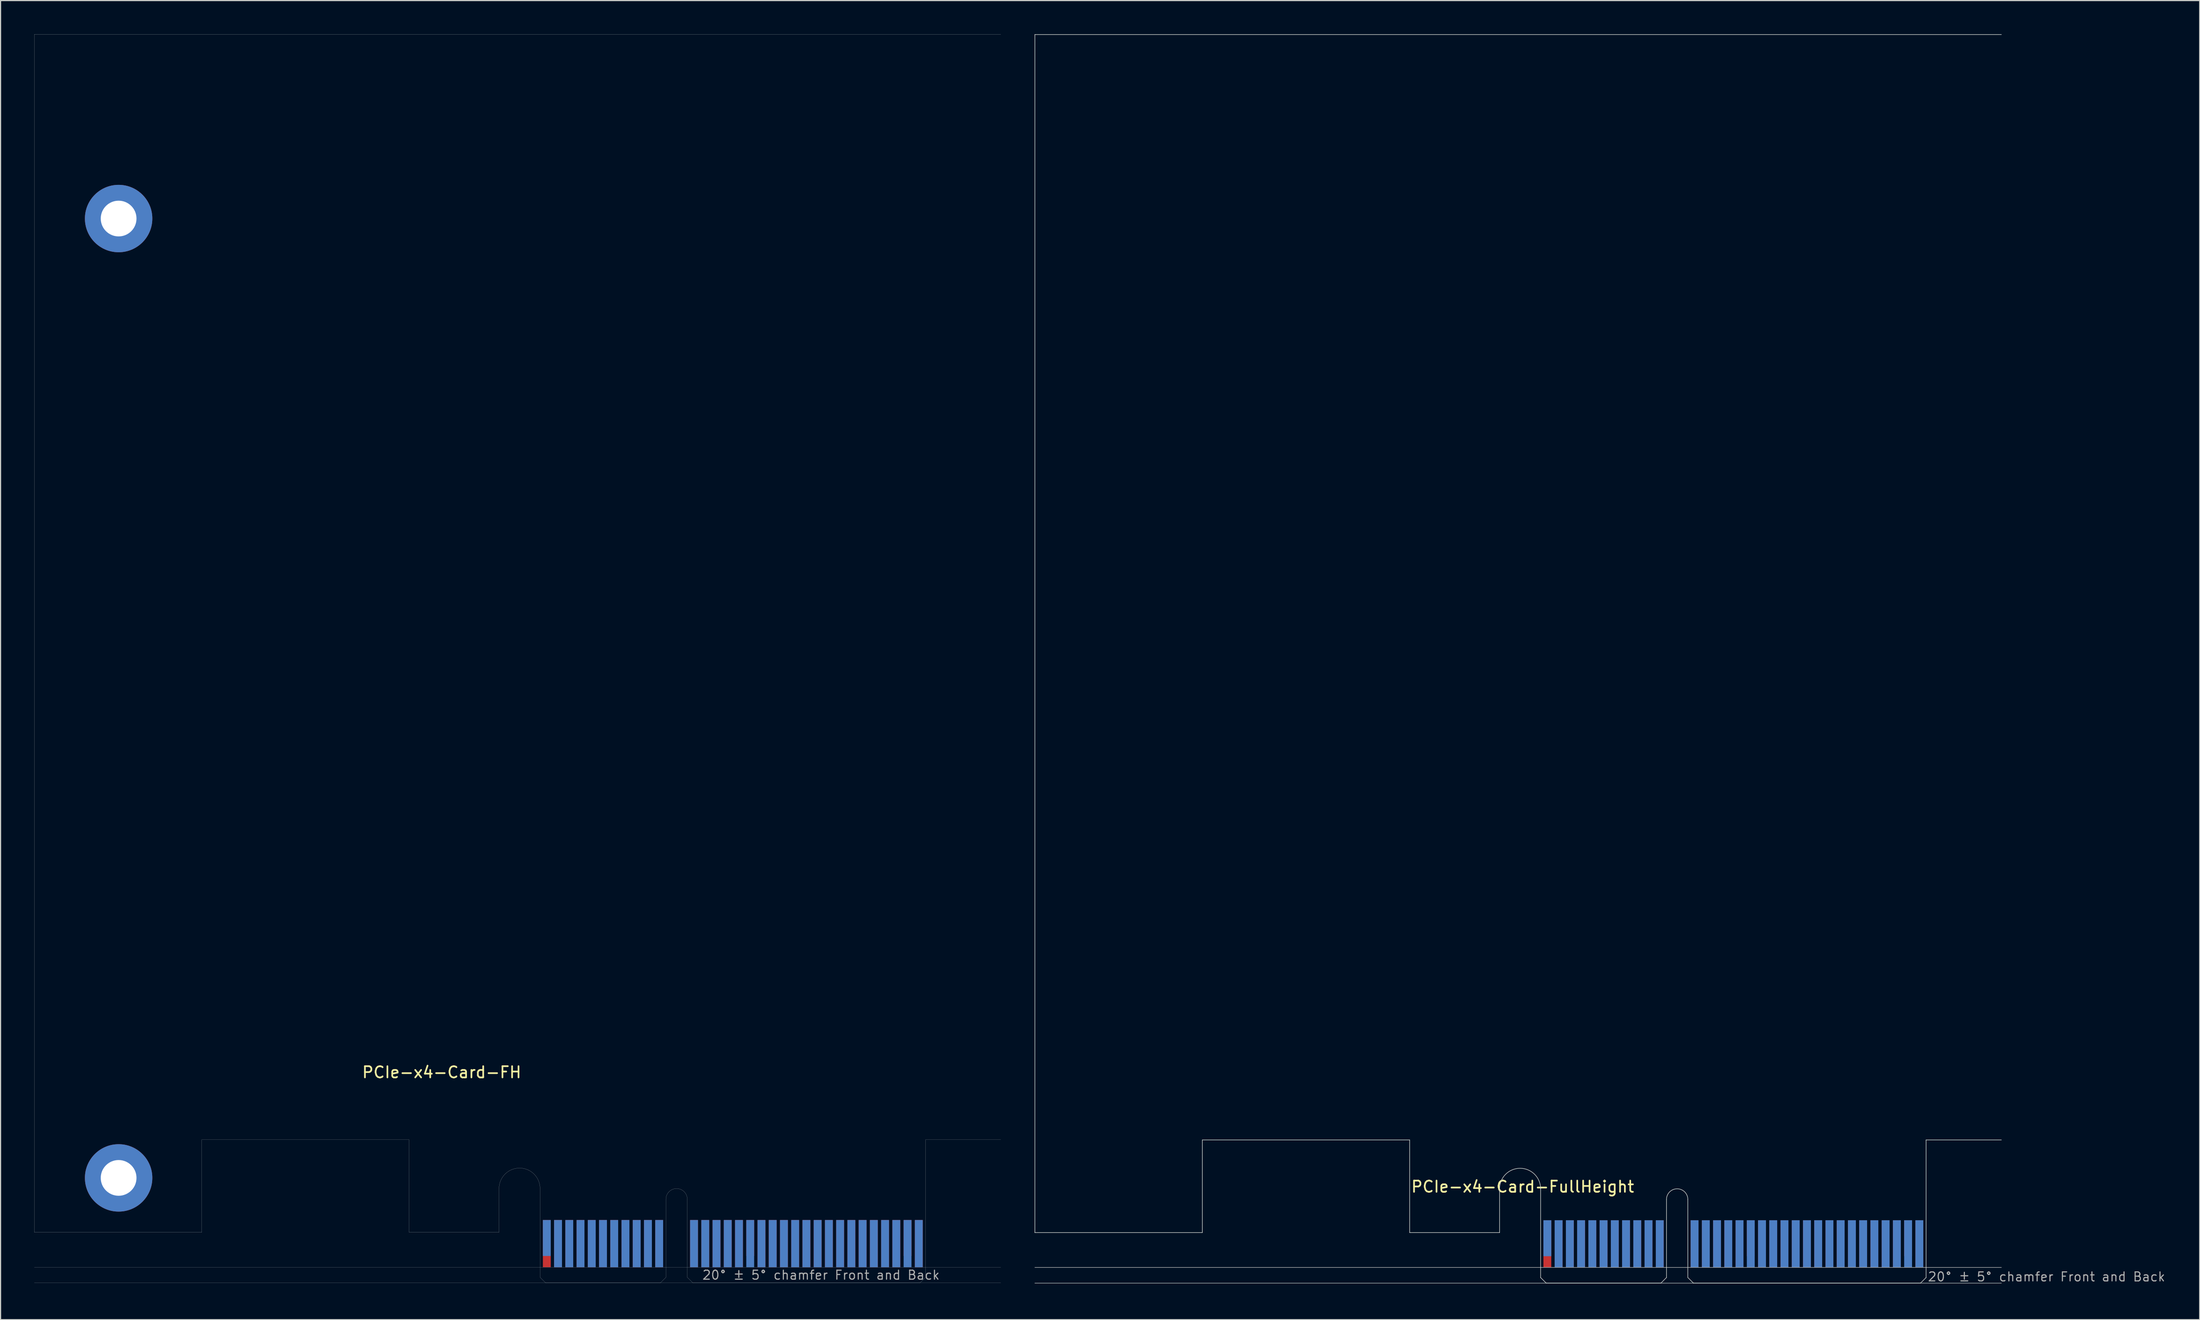
<source format=kicad_pcb>
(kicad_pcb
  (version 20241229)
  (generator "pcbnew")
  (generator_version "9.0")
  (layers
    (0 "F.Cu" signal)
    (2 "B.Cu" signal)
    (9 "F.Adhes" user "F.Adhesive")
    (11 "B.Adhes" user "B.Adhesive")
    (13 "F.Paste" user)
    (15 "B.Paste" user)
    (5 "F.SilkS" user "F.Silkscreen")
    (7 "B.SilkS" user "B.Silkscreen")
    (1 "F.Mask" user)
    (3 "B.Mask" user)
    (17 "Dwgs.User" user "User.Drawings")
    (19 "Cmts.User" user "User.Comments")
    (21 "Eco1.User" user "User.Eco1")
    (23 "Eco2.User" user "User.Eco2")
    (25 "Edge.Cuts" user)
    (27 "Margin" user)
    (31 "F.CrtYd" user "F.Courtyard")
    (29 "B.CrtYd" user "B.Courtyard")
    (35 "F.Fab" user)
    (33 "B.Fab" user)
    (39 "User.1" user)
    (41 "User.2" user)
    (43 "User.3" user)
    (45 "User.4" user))
  (footprint "PCIe-x4-Card-FullHeight"
    (layer "F.Cu")
    (at 134.035 111.175)
    (property "Reference" "PCIe-x4-Card-FullHeight" (at -11.6 -8 0) (layer "F.SilkS") (effects (font (size 1 1) (thickness 0.15)) (justify left bottom)))
    (attr exclude_from_pos_files exclude_from_bom)
    (fp_poly (pts (xy -3.65 -4.5) (xy -11.65 -4.5) (xy -11.65 -7.95) (xy -3.65 -7.95)) (stroke (width 0.1) (type solid)) (fill yes) (layer "F.Mask"))
    (fp_poly (pts (xy 11.2 -5.45) (xy 0 -5.45) (xy 0 0) (xy 11.2 0)) (stroke (width 0.1) (type solid)) (fill yes) (layer "F.Mask"))
    (fp_poly (pts (xy 34.3 -5.45) (xy 13.1 -5.45) (xy 13.1 0) (xy 34.3 0)) (stroke (width 0.1) (type solid)) (fill yes) (layer "F.Mask"))
    (fp_poly (pts (xy -3.65 -7.95) (xy -11.65 -7.95) (xy -11.65 -4.5) (xy -3.65 -4.5)) (stroke (width 0.1) (type solid)) (fill yes) (layer "B.Mask"))
    (fp_poly (pts (xy 11.2 0) (xy 0 0) (xy 0 -5.45) (xy 11.2 -5.45)) (stroke (width 0.1) (type solid)) (fill yes) (layer "B.Mask"))
    (fp_poly (pts (xy 34.3 -5.5) (xy 13.1 -5.45) (xy 13.1 0) (xy 34.3 0)) (stroke (width 0.1) (type solid)) (fill yes) (layer "B.Mask"))
    (fp_line (start -45 -111.15) (end 41 -111.15) (stroke (width 0.05) (type solid)) (layer "Edge.Cuts"))
    (fp_line (start -45 -4.5) (end -45 -111.15) (stroke (width 0.05) (type solid)) (layer "Edge.Cuts"))
    (fp_line (start -30.1 -12.75) (end -30.1 -4.5) (stroke (width 0.05) (type solid)) (layer "Edge.Cuts"))
    (fp_line (start -30.1 -4.5) (end -45 -4.5) (stroke (width 0.05) (type solid)) (layer "Edge.Cuts"))
    (fp_line (start -11.65 -12.75) (end -30.1 -12.75) (stroke (width 0.05) (type solid)) (layer "Edge.Cuts"))
    (fp_line (start -11.65 -4.5) (end -11.65 -12.75) (stroke (width 0.05) (type solid)) (layer "Edge.Cuts"))
    (fp_line (start -3.65 -4.5) (end -11.65 -4.5) (stroke (width 0.05) (type solid)) (layer "Edge.Cuts"))
    (fp_line (start -3.65 -4.5) (end -3.65 -8.4) (stroke (width 0.05) (type solid)) (layer "Edge.Cuts"))
    (fp_line (start 0 -0.5) (end 0 -8.4) (stroke (width 0.05) (type solid)) (layer "Edge.Cuts"))
    (fp_line (start 0.5 0) (end 0 -0.5) (stroke (width 0.05) (type solid)) (layer "Edge.Cuts"))
    (fp_line (start 0.5 0) (end 10.7 0) (stroke (width 0.05) (type solid)) (layer "Edge.Cuts"))
    (fp_line (start 10.7 0) (end 11.2 -0.5) (stroke (width 0.05) (type solid)) (layer "Edge.Cuts"))
    (fp_line (start 11.2 -0.5) (end 11.2 -7.45) (stroke (width 0.05) (type solid)) (layer "Edge.Cuts"))
    (fp_line (start 13.1 -0.5) (end 13.1 -7.45) (stroke (width 0.05) (type solid)) (layer "Edge.Cuts"))
    (fp_line (start 13.6 0) (end 13.1 -0.5) (stroke (width 0.05) (type solid)) (layer "Edge.Cuts"))
    (fp_line (start 33.8 0) (end 13.6 0) (stroke (width 0.05) (type solid)) (layer "Edge.Cuts"))
    (fp_line (start 33.8 0) (end 34.3 -0.5) (stroke (width 0.05) (type solid)) (layer "Edge.Cuts"))
    (fp_line (start 34.3 -12.75) (end 41 -12.75) (stroke (width 0.05) (type solid)) (layer "Edge.Cuts"))
    (fp_line (start 34.3 -0.5) (end 34.3 -12.75) (stroke (width 0.05) (type solid)) (layer "Edge.Cuts"))
    (fp_arc (start -3.65 -8.4) (mid -1.825 -10.225) (end 0 -8.4) (stroke (width 0.05) (type solid)) (layer "Edge.Cuts"))
    (fp_arc (start 11.2 -7.45) (mid 12.15 -8.4) (end 13.1 -7.45) (stroke (width 0.05) (type solid)) (layer "Edge.Cuts"))
    (fp_line (start 41 -1.4) (end -45 -1.4) (stroke (width 0.05) (type solid)) (layer "F.Fab"))
    (fp_line (start 41 0) (end -45 0) (stroke (width 0.05) (type solid)) (layer "F.Fab"))
    (fp_text user "20° ± 5° chamfer Front and Back" (at 34.4 -0.1 0) (layer "F.Fab") (effects (font (size 0.8 0.8) (thickness 0.1)) (justify left bottom)))
    (pad "A1" smd rect (at 0.6 -4) (size 0.7 3.2) (layers "B.Cu"))
    (pad "A2" smd rect (at 1.6 -3.5) (size 0.7 4.2) (layers "B.Cu"))
    (pad "A3" smd rect (at 2.6 -3.5) (size 0.7 4.2) (layers "B.Cu"))
    (pad "A4" smd rect (at 3.6 -3.5) (size 0.7 4.2) (layers "B.Cu"))
    (pad "A5" smd rect (at 4.6 -3.5) (size 0.7 4.2) (layers "B.Cu"))
    (pad "A6" smd rect (at 5.6 -3.5) (size 0.7 4.2) (layers "B.Cu"))
    (pad "A7" smd rect (at 6.6 -3.5) (size 0.7 4.2) (layers "B.Cu"))
    (pad "A8" smd rect (at 7.6 -3.5) (size 0.7 4.2) (layers "B.Cu"))
    (pad "A9" smd rect (at 8.6 -3.5) (size 0.7 4.2) (layers "B.Cu"))
    (pad "A10" smd rect (at 9.6 -3.5) (size 0.7 4.2) (layers "B.Cu"))
    (pad "A11" smd rect (at 10.6 -3.5) (size 0.7 4.2) (layers "B.Cu"))
    (pad "A12" smd rect (at 13.7 -3.5) (size 0.7 4.2) (layers "B.Cu"))
    (pad "A13" smd rect (at 14.7 -3.5) (size 0.7 4.2) (layers "B.Cu"))
    (pad "A14" smd rect (at 15.7 -3.5) (size 0.7 4.2) (layers "B.Cu"))
    (pad "A15" smd rect (at 16.7 -3.5) (size 0.7 4.2) (layers "B.Cu"))
    (pad "A16" smd rect (at 17.7 -3.5) (size 0.7 4.2) (layers "B.Cu"))
    (pad "A17" smd rect (at 18.7 -3.5) (size 0.7 4.2) (layers "B.Cu"))
    (pad "A18" smd rect (at 19.7 -3.5) (size 0.7 4.2) (layers "B.Cu"))
    (pad "A19" smd rect (at 20.7 -3.5) (size 0.7 4.2) (layers "B.Cu"))
    (pad "A20" smd rect (at 21.7 -3.5) (size 0.7 4.2) (layers "B.Cu"))
    (pad "A21" smd rect (at 22.7 -3.5) (size 0.7 4.2) (layers "B.Cu"))
    (pad "A22" smd rect (at 23.7 -3.5) (size 0.7 4.2) (layers "B.Cu"))
    (pad "A23" smd rect (at 24.7 -3.5) (size 0.7 4.2) (layers "B.Cu"))
    (pad "A24" smd rect (at 25.7 -3.5) (size 0.7 4.2) (layers "B.Cu"))
    (pad "A25" smd rect (at 26.7 -3.5) (size 0.7 4.2) (layers "B.Cu"))
    (pad "A26" smd rect (at 27.7 -3.5) (size 0.7 4.2) (layers "B.Cu"))
    (pad "A27" smd rect (at 28.7 -3.5) (size 0.7 4.2) (layers "B.Cu"))
    (pad "A28" smd rect (at 29.7 -3.5) (size 0.7 4.2) (layers "B.Cu"))
    (pad "A29" smd rect (at 30.7 -3.5) (size 0.7 4.2) (layers "B.Cu"))
    (pad "A30" smd rect (at 31.7 -3.5) (size 0.7 4.2) (layers "B.Cu"))
    (pad "A31" smd rect (at 32.7 -3.5) (size 0.7 4.2) (layers "B.Cu"))
    (pad "A32" smd rect (at 33.7 -3.5) (size 0.7 4.2) (layers "B.Cu"))
    (pad "B1" smd rect (at 0.6 -3.5) (size 0.7 4.2) (layers "F.Cu"))
    (pad "B2" smd rect (at 1.6 -3.5) (size 0.7 4.2) (layers "F.Cu"))
    (pad "B3" smd rect (at 2.6 -3.5) (size 0.7 4.2) (layers "F.Cu"))
    (pad "B4" smd rect (at 3.6 -3.5) (size 0.7 4.2) (layers "F.Cu"))
    (pad "B5" smd rect (at 4.6 -3.5) (size 0.7 4.2) (layers "F.Cu"))
    (pad "B6" smd rect (at 5.6 -3.5) (size 0.7 4.2) (layers "F.Cu"))
    (pad "B7" smd rect (at 6.6 -3.5) (size 0.7 4.2) (layers "F.Cu"))
    (pad "B8" smd rect (at 7.6 -3.5) (size 0.7 4.2) (layers "F.Cu"))
    (pad "B9" smd rect (at 8.6 -3.5) (size 0.7 4.2) (layers "F.Cu"))
    (pad "B10" smd rect (at 9.6 -3.5) (size 0.7 4.2) (layers "F.Cu"))
    (pad "B11" smd rect (at 10.6 -3.5) (size 0.7 4.2) (layers "F.Cu"))
    (pad "B12" smd rect (at 13.7 -3.5) (size 0.7 4.2) (layers "F.Cu"))
    (pad "B13" smd rect (at 14.7 -3.5) (size 0.7 4.2) (layers "F.Cu"))
    (pad "B14" smd rect (at 15.7 -3.5) (size 0.7 4.2) (layers "F.Cu"))
    (pad "B15" smd rect (at 16.7 -3.5) (size 0.7 4.2) (layers "F.Cu"))
    (pad "B16" smd rect (at 17.7 -3.5) (size 0.7 4.2) (layers "F.Cu"))
    (pad "B17" smd rect (at 18.7 -4) (size 0.7 3.2) (layers "F.Cu"))
    (pad "B18" smd rect (at 19.7 -3.5) (size 0.7 4.2) (layers "F.Cu"))
    (pad "B19" smd rect (at 20.7 -3.5) (size 0.7 4.2) (layers "F.Cu"))
    (pad "B20" smd rect (at 21.7 -3.5) (size 0.7 4.2) (layers "F.Cu"))
    (pad "B21" smd rect (at 22.7 -3.5) (size 0.7 4.2) (layers "F.Cu"))
    (pad "B22" smd rect (at 23.7 -3.5) (size 0.7 4.2) (layers "F.Cu"))
    (pad "B23" smd rect (at 24.7 -3.5) (size 0.7 4.2) (layers "F.Cu"))
    (pad "B24" smd rect (at 25.7 -3.5) (size 0.7 4.2) (layers "F.Cu"))
    (pad "B25" smd rect (at 26.7 -3.5) (size 0.7 4.2) (layers "F.Cu"))
    (pad "B26" smd rect (at 27.7 -3.5) (size 0.7 4.2) (layers "F.Cu"))
    (pad "B27" smd rect (at 28.7 -3.5) (size 0.7 4.2) (layers "F.Cu"))
    (pad "B28" smd rect (at 29.7 -3.5) (size 0.7 4.2) (layers "F.Cu"))
    (pad "B29" smd rect (at 30.7 -3.5) (size 0.7 4.2) (layers "F.Cu"))
    (pad "B30" smd rect (at 31.7 -3.5) (size 0.7 4.2) (layers "F.Cu"))
    (pad "B31" smd rect (at 32.7 -4) (size 0.7 3.2) (layers "F.Cu"))
    (pad "B32" smd rect (at 33.7 -3.5) (size 0.7 4.2) (layers "F.Cu")))
  (footprint "PCIe-x4-Card-FH"
    (layer "F.Cu")
    (at 45.005 111.155)
    (property "Reference" "PCIe-x4-Card-FH" (at -8.75 -18.75 0) (layer "F.SilkS") (effects (font (size 1 1) (thickness 0.15))))
    (attr smd)
    (fp_poly (pts (xy -3.65 -4.5) (xy -11.65 -4.5) (xy -11.65 -7.95) (xy -3.65 -7.95)) (stroke (width 0.1) (type solid)) (fill yes) (layer "F.Mask"))
    (fp_poly (pts (xy 11.2 -5.45) (xy 0 -5.45) (xy 0 0) (xy 11.2 0)) (stroke (width 0.1) (type solid)) (fill yes) (layer "F.Mask"))
    (fp_poly (pts (xy 34.3 -5.45) (xy 13.1 -5.45) (xy 13.1 0) (xy 34.3 0)) (stroke (width 0.1) (type solid)) (fill yes) (layer "F.Mask"))
    (fp_poly (pts (xy -3.65 -7.95) (xy -11.65 -7.95) (xy -11.65 -4.5) (xy -3.65 -4.5)) (stroke (width 0.1) (type solid)) (fill yes) (layer "B.Mask"))
    (fp_poly (pts (xy 11.2 0) (xy 0 0) (xy 0 -5.45) (xy 11.2 -5.45)) (stroke (width 0.1) (type solid)) (fill yes) (layer "B.Mask"))
    (fp_poly (pts (xy 34.3 -5.5) (xy 13.1 -5.45) (xy 13.1 0) (xy 34.3 0)) (stroke (width 0.1) (type solid)) (fill yes) (layer "B.Mask"))
    (fp_line (start -45 -111.15) (end 41 -111.15) (stroke (width 0.01) (type solid)) (layer "Edge.Cuts"))
    (fp_line (start -45 -4.5) (end -45 -111.15) (stroke (width 0.01) (type solid)) (layer "Edge.Cuts"))
    (fp_line (start -30.1 -12.75) (end -30.1 -4.5) (stroke (width 0.01) (type solid)) (layer "Edge.Cuts"))
    (fp_line (start -30.1 -4.5) (end -45 -4.5) (stroke (width 0.01) (type solid)) (layer "Edge.Cuts"))
    (fp_line (start -11.65 -12.75) (end -30.1 -12.75) (stroke (width 0.01) (type solid)) (layer "Edge.Cuts"))
    (fp_line (start -11.65 -4.5) (end -11.65 -12.75) (stroke (width 0.01) (type solid)) (layer "Edge.Cuts"))
    (fp_line (start -3.65 -4.5) (end -11.65 -4.5) (stroke (width 0.01) (type solid)) (layer "Edge.Cuts"))
    (fp_line (start -3.65 -4.5) (end -3.65 -8.4) (stroke (width 0.01) (type solid)) (layer "Edge.Cuts"))
    (fp_line (start 0 -0.5) (end 0 -8.4) (stroke (width 0.01) (type solid)) (layer "Edge.Cuts"))
    (fp_line (start 0.5 0) (end 0 -0.5) (stroke (width 0.01) (type solid)) (layer "Edge.Cuts"))
    (fp_line (start 0.5 0) (end 10.7 0) (stroke (width 0.01) (type solid)) (layer "Edge.Cuts"))
    (fp_line (start 10.7 0) (end 11.2 -0.5) (stroke (width 0.01) (type solid)) (layer "Edge.Cuts"))
    (fp_line (start 11.2 -0.5) (end 11.2 -7.45) (stroke (width 0.01) (type solid)) (layer "Edge.Cuts"))
    (fp_line (start 13.1 -0.5) (end 13.1 -7.45) (stroke (width 0.01) (type solid)) (layer "Edge.Cuts"))
    (fp_line (start 13.6 0) (end 13.1 -0.5) (stroke (width 0.01) (type solid)) (layer "Edge.Cuts"))
    (fp_line (start 33.8 0) (end 13.6 0) (stroke (width 0.01) (type solid)) (layer "Edge.Cuts"))
    (fp_line (start 33.8 0) (end 34.3 -0.5) (stroke (width 0.01) (type solid)) (layer "Edge.Cuts"))
    (fp_line (start 34.3 -12.75) (end 41 -12.75) (stroke (width 0.01) (type solid)) (layer "Edge.Cuts"))
    (fp_line (start 34.3 -0.5) (end 34.3 -12.75) (stroke (width 0.01) (type solid)) (layer "Edge.Cuts"))
    (fp_arc (start -3.65 -8.4) (mid -1.825 -10.225) (end 0 -8.4) (stroke (width 0.01) (type solid)) (layer "Edge.Cuts"))
    (fp_arc (start 11.2 -7.45) (mid 12.15 -8.4) (end 13.1 -7.45) (stroke (width 0.01) (type solid)) (layer "Edge.Cuts"))
    (fp_line (start 41 -1.4) (end -45 -1.4) (stroke (width 0.01) (type solid)) (layer "F.Fab"))
    (fp_line (start 41 0) (end -45 0) (stroke (width 0.01) (type solid)) (layer "F.Fab"))
    (fp_text user "20° ± 5° chamfer Front and Back" (at 25 -0.7 0) (layer "F.Fab") (effects (font (size 0.8 0.8) (thickness 0.1))))
    (pad "A1" smd rect (at 0.6 -4) (size 0.7 3.2) (layers "B.Cu"))
    (pad "A2" smd rect (at 1.6 -3.5) (size 0.7 4.2) (layers "B.Cu"))
    (pad "A3" smd rect (at 2.6 -3.5) (size 0.7 4.2) (layers "B.Cu"))
    (pad "A4" smd rect (at 3.6 -3.5) (size 0.7 4.2) (layers "B.Cu"))
    (pad "A5" smd rect (at 4.6 -3.5) (size 0.7 4.2) (layers "B.Cu"))
    (pad "A6" smd rect (at 5.6 -3.5) (size 0.7 4.2) (layers "B.Cu"))
    (pad "A7" smd rect (at 6.6 -3.5) (size 0.7 4.2) (layers "B.Cu"))
    (pad "A8" smd rect (at 7.6 -3.5) (size 0.7 4.2) (layers "B.Cu"))
    (pad "A9" smd rect (at 8.6 -3.5) (size 0.7 4.2) (layers "B.Cu"))
    (pad "A10" smd rect (at 9.6 -3.5) (size 0.7 4.2) (layers "B.Cu"))
    (pad "A11" smd rect (at 10.6 -3.5) (size 0.7 4.2) (layers "B.Cu"))
    (pad "A12" smd rect (at 13.7 -3.5) (size 0.7 4.2) (layers "B.Cu"))
    (pad "A13" smd rect (at 14.7 -3.5) (size 0.7 4.2) (layers "B.Cu"))
    (pad "A14" smd rect (at 15.7 -3.5) (size 0.7 4.2) (layers "B.Cu"))
    (pad "A15" smd rect (at 16.7 -3.5) (size 0.7 4.2) (layers "B.Cu"))
    (pad "A16" smd rect (at 17.7 -3.5) (size 0.7 4.2) (layers "B.Cu"))
    (pad "A17" smd rect (at 18.7 -3.5) (size 0.7 4.2) (layers "B.Cu"))
    (pad "A18" smd rect (at 19.7 -3.5) (size 0.7 4.2) (layers "B.Cu"))
    (pad "A19" smd rect (at 20.7 -3.5) (size 0.7 4.2) (layers "B.Cu"))
    (pad "A20" smd rect (at 21.7 -3.5) (size 0.7 4.2) (layers "B.Cu"))
    (pad "A21" smd rect (at 22.7 -3.5) (size 0.7 4.2) (layers "B.Cu"))
    (pad "A22" smd rect (at 23.7 -3.5) (size 0.7 4.2) (layers "B.Cu"))
    (pad "A23" smd rect (at 24.7 -3.5) (size 0.7 4.2) (layers "B.Cu"))
    (pad "A24" smd rect (at 25.7 -3.5) (size 0.7 4.2) (layers "B.Cu"))
    (pad "A25" smd rect (at 26.7 -3.5) (size 0.7 4.2) (layers "B.Cu"))
    (pad "A26" smd rect (at 27.7 -3.5) (size 0.7 4.2) (layers "B.Cu"))
    (pad "A27" smd rect (at 28.7 -3.5) (size 0.7 4.2) (layers "B.Cu"))
    (pad "A28" smd rect (at 29.7 -3.5) (size 0.7 4.2) (layers "B.Cu"))
    (pad "A29" smd rect (at 30.7 -3.5) (size 0.7 4.2) (layers "B.Cu"))
    (pad "A30" smd rect (at 31.7 -3.5) (size 0.7 4.2) (layers "B.Cu"))
    (pad "A31" smd rect (at 32.7 -3.5) (size 0.7 4.2) (layers "B.Cu"))
    (pad "A32" smd rect (at 33.7 -3.5) (size 0.7 4.2) (layers "B.Cu"))
    (pad "B1" smd rect (at 0.6 -3.5) (size 0.7 4.2) (layers "F.Cu"))
    (pad "B2" smd rect (at 1.6 -3.5) (size 0.7 4.2) (layers "F.Cu"))
    (pad "B3" smd rect (at 2.6 -3.5) (size 0.7 4.2) (layers "F.Cu"))
    (pad "B4" smd rect (at 3.6 -3.5) (size 0.7 4.2) (layers "F.Cu"))
    (pad "B5" smd rect (at 4.6 -3.5) (size 0.7 4.2) (layers "F.Cu"))
    (pad "B6" smd rect (at 5.6 -3.5) (size 0.7 4.2) (layers "F.Cu"))
    (pad "B7" smd rect (at 6.6 -3.5) (size 0.7 4.2) (layers "F.Cu"))
    (pad "B8" smd rect (at 7.6 -3.5) (size 0.7 4.2) (layers "F.Cu"))
    (pad "B9" smd rect (at 8.6 -3.5) (size 0.7 4.2) (layers "F.Cu"))
    (pad "B10" smd rect (at 9.6 -3.5) (size 0.7 4.2) (layers "F.Cu"))
    (pad "B11" smd rect (at 10.6 -3.5) (size 0.7 4.2) (layers "F.Cu"))
    (pad "B12" smd rect (at 13.7 -3.5) (size 0.7 4.2) (layers "F.Cu"))
    (pad "B13" smd rect (at 14.7 -3.5) (size 0.7 4.2) (layers "F.Cu"))
    (pad "B14" smd rect (at 15.7 -3.5) (size 0.7 4.2) (layers "F.Cu"))
    (pad "B15" smd rect (at 16.7 -3.5) (size 0.7 4.2) (layers "F.Cu"))
    (pad "B16" smd rect (at 17.7 -3.5) (size 0.7 4.2) (layers "F.Cu"))
    (pad "B17" smd rect (at 18.7 -4) (size 0.7 3.2) (layers "F.Cu"))
    (pad "B18" smd rect (at 19.7 -3.5) (size 0.7 4.2) (layers "F.Cu"))
    (pad "B19" smd rect (at 20.7 -3.5) (size 0.7 4.2) (layers "F.Cu"))
    (pad "B20" smd rect (at 21.7 -3.5) (size 0.7 4.2) (layers "F.Cu"))
    (pad "B21" smd rect (at 22.7 -3.5) (size 0.7 4.2) (layers "F.Cu"))
    (pad "B22" smd rect (at 23.7 -3.5) (size 0.7 4.2) (layers "F.Cu"))
    (pad "B23" smd rect (at 24.7 -3.5) (size 0.7 4.2) (layers "F.Cu"))
    (pad "B24" smd rect (at 25.7 -3.5) (size 0.7 4.2) (layers "F.Cu"))
    (pad "B25" smd rect (at 26.7 -3.5) (size 0.7 4.2) (layers "F.Cu"))
    (pad "B26" smd rect (at 27.7 -3.5) (size 0.7 4.2) (layers "F.Cu"))
    (pad "B27" smd rect (at 28.7 -3.5) (size 0.7 4.2) (layers "F.Cu"))
    (pad "B28" smd rect (at 29.7 -3.5) (size 0.7 4.2) (layers "F.Cu"))
    (pad "B29" smd rect (at 30.7 -3.5) (size 0.7 4.2) (layers "F.Cu"))
    (pad "B30" smd rect (at 31.7 -3.5) (size 0.7 4.2) (layers "F.Cu"))
    (pad "B31" smd rect (at 32.7 -4) (size 0.7 3.2) (layers "F.Cu"))
    (pad "B32" smd rect (at 33.7 -3.5) (size 0.7 4.2) (layers "F.Cu"))
    (pad "G1" thru_hole circle (at -37.5 -94.75) (size 6 6) (drill 3.18) (layers "*.Cu" "*.Mask"))
    (pad "G2" thru_hole circle (at -37.5 -9.35) (size 6 6) (drill 3.18) (layers "*.Cu" "*.Mask")))
  (gr_rect
    (start -3 -3)
    (end 192.68 114.425)
    (stroke (width 0.1) (type default))
    (fill no)
    (layer "Edge.Cuts")))
</source>
